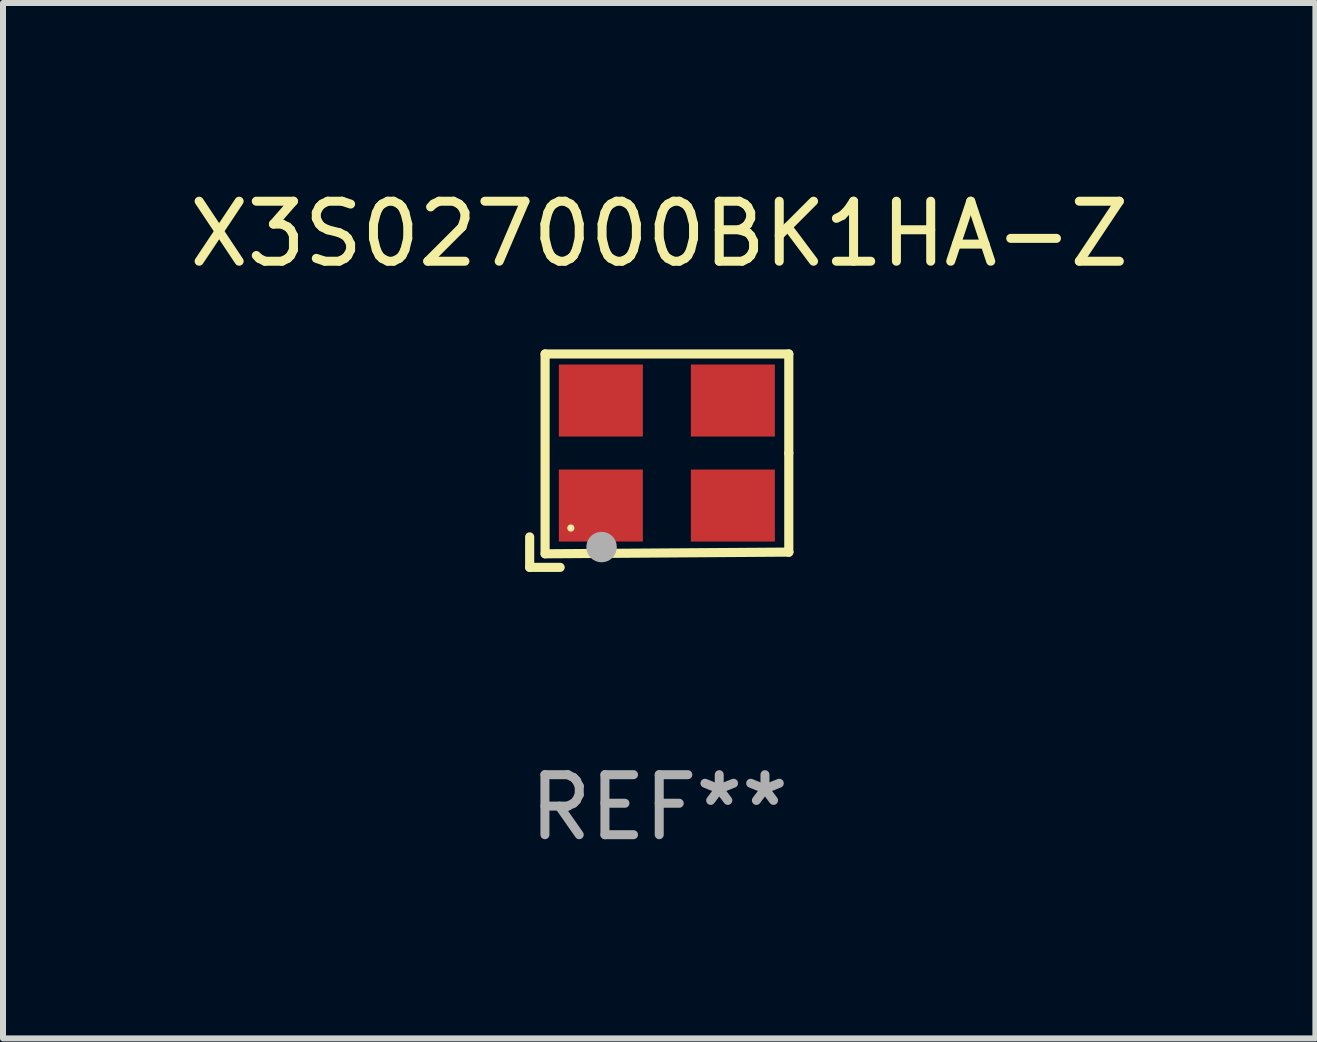
<source format=kicad_pcb>
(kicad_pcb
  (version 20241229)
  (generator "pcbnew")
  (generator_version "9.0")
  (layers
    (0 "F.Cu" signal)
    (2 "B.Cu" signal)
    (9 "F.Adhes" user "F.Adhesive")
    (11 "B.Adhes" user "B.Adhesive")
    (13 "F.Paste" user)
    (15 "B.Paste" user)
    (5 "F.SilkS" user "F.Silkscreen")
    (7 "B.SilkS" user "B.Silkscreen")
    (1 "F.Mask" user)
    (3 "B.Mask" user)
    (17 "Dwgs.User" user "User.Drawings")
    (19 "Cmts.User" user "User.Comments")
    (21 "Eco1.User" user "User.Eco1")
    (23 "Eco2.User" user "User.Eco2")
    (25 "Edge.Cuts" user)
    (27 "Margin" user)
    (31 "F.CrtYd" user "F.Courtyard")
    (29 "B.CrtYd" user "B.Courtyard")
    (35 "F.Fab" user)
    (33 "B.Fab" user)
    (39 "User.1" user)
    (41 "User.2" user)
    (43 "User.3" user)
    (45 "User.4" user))
  (footprint "X3S027000BK1HA-Z"
    (layer "F.Cu")
    (at 7.935 4.626)
    (property "Reference" "X3S027000BK1HA-Z" (at 0 -3.778 0) (layer "F.SilkS") (effects (font (size 1 1) (thickness 0.15))))
    (attr through_hole)
    (fp_line (start -2.159 1.27) (end -2.159 1.778) (stroke (width 0.152) (type solid)) (layer "F.SilkS"))
    (fp_line (start -2.159 1.778) (end -1.651 1.778) (stroke (width 0.152) (type solid)) (layer "F.SilkS"))
    (fp_line (start -1.902 -1.778) (end 2.159 -1.778) (stroke (width 0.152) (type solid)) (layer "F.SilkS"))
    (fp_line (start -1.902 1.552) (end -1.902 -1.778) (stroke (width 0.152) (type solid)) (layer "F.SilkS"))
    (fp_line (start 2.159 -1.778) (end 2.159 -0.127) (stroke (width 0.152) (type solid)) (layer "F.SilkS"))
    (fp_line (start 2.159 -0.127) (end 2.159 1.524) (stroke (width 0.152) (type solid)) (layer "F.SilkS"))
    (fp_line (start 2.159 1.524) (end -1.902 1.552) (stroke (width 0.152) (type solid)) (layer "F.SilkS"))
    (fp_line (start 2.159 1.524) (end 2.159 1.524) (stroke (width 0.152) (type solid)) (layer "F.SilkS"))
    (fp_circle (center -1.473 1.123) (end -1.443 1.123) (stroke (width 0.06) (type solid)) (fill no) (layer "F.SilkS"))
    (fp_circle (center -0.961 1.44) (end -0.834 1.44) (stroke (width 0.254) (type solid)) (fill no) (layer "F.Fab"))
    (fp_text user "REF**" (at 0 5.778 0) (layer "F.Fab") (effects (font (size 1 1) (thickness 0.15))))
    (pad "1" smd rect (at -0.973 0.748) (size 1.4 1.2) (layers "F.Cu" "F.Mask" "F.Paste"))
    (pad "2" smd rect (at 1.227 0.748) (size 1.4 1.2) (layers "F.Cu" "F.Mask" "F.Paste"))
    (pad "3" smd rect (at 1.227 -1.002) (size 1.4 1.2) (layers "F.Cu" "F.Mask" "F.Paste"))
    (pad "4" smd rect (at -0.973 -1.002) (size 1.4 1.2) (layers "F.Cu" "F.Mask" "F.Paste")))
  (gr_rect
    (start -3 -3)
    (end 18.869 14.253)
    (stroke (width 0.1) (type default))
    (fill no)
    (layer "Edge.Cuts")))
</source>
